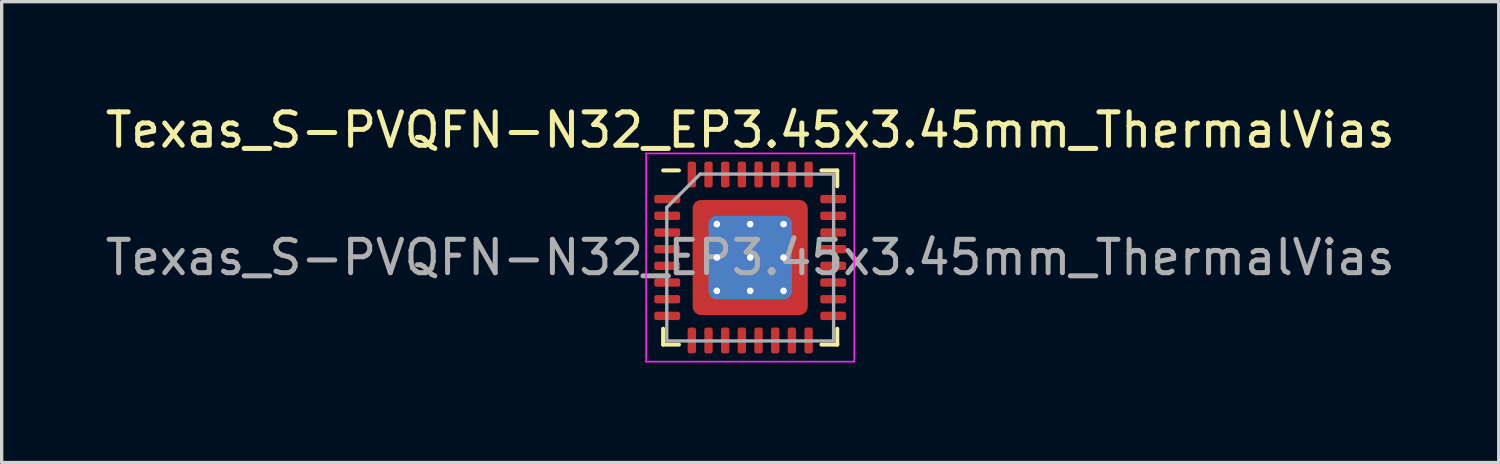
<source format=kicad_pcb>
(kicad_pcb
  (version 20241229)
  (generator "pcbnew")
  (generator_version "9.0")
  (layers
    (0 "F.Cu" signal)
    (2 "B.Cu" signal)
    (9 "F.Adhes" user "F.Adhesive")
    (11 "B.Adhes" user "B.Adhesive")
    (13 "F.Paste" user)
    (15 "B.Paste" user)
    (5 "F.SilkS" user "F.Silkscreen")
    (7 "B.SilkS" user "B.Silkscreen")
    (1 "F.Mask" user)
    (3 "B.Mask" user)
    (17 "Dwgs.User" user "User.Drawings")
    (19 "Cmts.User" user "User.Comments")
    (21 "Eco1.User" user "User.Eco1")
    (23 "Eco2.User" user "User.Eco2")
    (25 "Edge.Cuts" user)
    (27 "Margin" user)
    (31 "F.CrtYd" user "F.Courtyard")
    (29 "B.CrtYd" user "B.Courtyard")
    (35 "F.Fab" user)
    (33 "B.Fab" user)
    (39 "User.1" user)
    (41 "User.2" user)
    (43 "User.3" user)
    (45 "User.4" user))
  (footprint "Texas_S-PVQFN-N32_EP3.45x3.45mm_ThermalVias"
    (layer "F.Cu")
    (at 19.435 4.668)
    (property "Reference" "Texas_S-PVQFN-N32_EP3.45x3.45mm_ThermalVias" (at 0 -3.82 0) (layer "F.SilkS") (effects (font (size 1 1) (thickness 0.15))))
    (attr smd)
    (fp_line (start -2.61 2.61) (end -2.61 2.135) (stroke (width 0.12) (type solid)) (layer "F.SilkS"))
    (fp_line (start -2.135 -2.61) (end -2.61 -2.61) (stroke (width 0.12) (type solid)) (layer "F.SilkS"))
    (fp_line (start -2.135 2.61) (end -2.61 2.61) (stroke (width 0.12) (type solid)) (layer "F.SilkS"))
    (fp_line (start 2.135 -2.61) (end 2.61 -2.61) (stroke (width 0.12) (type solid)) (layer "F.SilkS"))
    (fp_line (start 2.135 2.61) (end 2.61 2.61) (stroke (width 0.12) (type solid)) (layer "F.SilkS"))
    (fp_line (start 2.61 -2.61) (end 2.61 -2.135) (stroke (width 0.12) (type solid)) (layer "F.SilkS"))
    (fp_line (start 2.61 2.61) (end 2.61 2.135) (stroke (width 0.12) (type solid)) (layer "F.SilkS"))
    (fp_line (start -3.12 -3.12) (end -3.12 3.12) (stroke (width 0.05) (type solid)) (layer "F.CrtYd"))
    (fp_line (start -3.12 3.12) (end 3.12 3.12) (stroke (width 0.05) (type solid)) (layer "F.CrtYd"))
    (fp_line (start 3.12 -3.12) (end -3.12 -3.12) (stroke (width 0.05) (type solid)) (layer "F.CrtYd"))
    (fp_line (start 3.12 3.12) (end 3.12 -3.12) (stroke (width 0.05) (type solid)) (layer "F.CrtYd"))
    (fp_line (start -2.5 -1.5) (end -1.5 -2.5) (stroke (width 0.1) (type solid)) (layer "F.Fab"))
    (fp_line (start -2.5 2.5) (end -2.5 -1.5) (stroke (width 0.1) (type solid)) (layer "F.Fab"))
    (fp_line (start -1.5 -2.5) (end 2.5 -2.5) (stroke (width 0.1) (type solid)) (layer "F.Fab"))
    (fp_line (start 2.5 -2.5) (end 2.5 2.5) (stroke (width 0.1) (type solid)) (layer "F.Fab"))
    (fp_line (start 2.5 2.5) (end -2.5 2.5) (stroke (width 0.1) (type solid)) (layer "F.Fab"))
    (fp_text user "${REFERENCE}" (at 0 0 0) (layer "F.Fab") (effects (font (size 1 1) (thickness 0.15))))
    (pad "" smd custom (at -1.363 -1.363) (size 0.484 0.484) (layers "F.Paste") (options (anchor circle)) (primitives (gr_poly (pts (xy -0.292 -0.292) (xy 0.292 -0.292) (xy 0.292 0.15) (xy 0.15 0.292) (xy -0.292 0.292)) (width 0) (fill yes))))
    (pad "" smd custom (at -1.363 -0.5) (size 0.503 0.503) (layers "F.Paste") (options (anchor circle)) (primitives (gr_poly (pts (xy -0.292 -0.403) (xy 0.177 -0.403) (xy 0.292 -0.287) (xy 0.292 0.287) (xy 0.177 0.403) (xy -0.292 0.403)) (width 0) (fill yes))))
    (pad "" smd custom (at -1.363 0.5) (size 0.503 0.503) (layers "F.Paste") (options (anchor circle)) (primitives (gr_poly (pts (xy -0.292 -0.403) (xy 0.177 -0.403) (xy 0.292 -0.287) (xy 0.292 0.287) (xy 0.177 0.403) (xy -0.292 0.403)) (width 0) (fill yes))))
    (pad "" smd custom (at -1.363 1.363) (size 0.484 0.484) (layers "F.Paste") (options (anchor circle)) (primitives (gr_poly (pts (xy -0.292 -0.292) (xy 0.15 -0.292) (xy 0.292 -0.15) (xy 0.292 0.292) (xy -0.292 0.292)) (width 0) (fill yes))))
    (pad "" smd custom (at -0.5 -1.363) (size 0.503 0.503) (layers "F.Paste") (options (anchor circle)) (primitives (gr_poly (pts (xy -0.403 -0.292) (xy 0.403 -0.292) (xy 0.403 0.177) (xy 0.287 0.292) (xy -0.287 0.292) (xy -0.403 0.177)) (width 0) (fill yes))))
    (pad "" smd custom (at -0.5 -0.5) (size 0.743 0.743) (layers "F.Paste") (options (anchor circle)) (primitives (gr_poly (pts (xy -0.403 -0.314) (xy -0.314 -0.403) (xy 0.314 -0.403) (xy 0.403 -0.314) (xy 0.403 0.314) (xy 0.314 0.403) (xy -0.314 0.403) (xy -0.403 0.314)) (width 0) (fill yes))))
    (pad "" smd custom (at -0.5 0.5) (size 0.743 0.743) (layers "F.Paste") (options (anchor circle)) (primitives (gr_poly (pts (xy -0.403 -0.314) (xy -0.314 -0.403) (xy 0.314 -0.403) (xy 0.403 -0.314) (xy 0.403 0.314) (xy 0.314 0.403) (xy -0.314 0.403) (xy -0.403 0.314)) (width 0) (fill yes))))
    (pad "" smd custom (at -0.5 1.363) (size 0.503 0.503) (layers "F.Paste") (options (anchor circle)) (primitives (gr_poly (pts (xy -0.403 -0.177) (xy -0.287 -0.292) (xy 0.287 -0.292) (xy 0.403 -0.177) (xy 0.403 0.292) (xy -0.403 0.292)) (width 0) (fill yes))))
    (pad "" smd custom (at 0.5 -1.363) (size 0.503 0.503) (layers "F.Paste") (options (anchor circle)) (primitives (gr_poly (pts (xy -0.403 -0.292) (xy 0.403 -0.292) (xy 0.403 0.177) (xy 0.287 0.292) (xy -0.287 0.292) (xy -0.403 0.177)) (width 0) (fill yes))))
    (pad "" smd custom (at 0.5 -0.5) (size 0.743 0.743) (layers "F.Paste") (options (anchor circle)) (primitives (gr_poly (pts (xy -0.403 -0.314) (xy -0.314 -0.403) (xy 0.314 -0.403) (xy 0.403 -0.314) (xy 0.403 0.314) (xy 0.314 0.403) (xy -0.314 0.403) (xy -0.403 0.314)) (width 0) (fill yes))))
    (pad "" smd custom (at 0.5 0.5) (size 0.743 0.743) (layers "F.Paste") (options (anchor circle)) (primitives (gr_poly (pts (xy -0.403 -0.314) (xy -0.314 -0.403) (xy 0.314 -0.403) (xy 0.403 -0.314) (xy 0.403 0.314) (xy 0.314 0.403) (xy -0.314 0.403) (xy -0.403 0.314)) (width 0) (fill yes))))
    (pad "" smd custom (at 0.5 1.363) (size 0.503 0.503) (layers "F.Paste") (options (anchor circle)) (primitives (gr_poly (pts (xy -0.403 -0.177) (xy -0.287 -0.292) (xy 0.287 -0.292) (xy 0.403 -0.177) (xy 0.403 0.292) (xy -0.403 0.292)) (width 0) (fill yes))))
    (pad "" smd custom (at 1.363 -1.363) (size 0.484 0.484) (layers "F.Paste") (options (anchor circle)) (primitives (gr_poly (pts (xy -0.292 -0.292) (xy 0.292 -0.292) (xy 0.292 0.292) (xy -0.15 0.292) (xy -0.292 0.15)) (width 0) (fill yes))))
    (pad "" smd custom (at 1.363 -0.5) (size 0.503 0.503) (layers "F.Paste") (options (anchor circle)) (primitives (gr_poly (pts (xy -0.292 -0.287) (xy -0.177 -0.403) (xy 0.292 -0.403) (xy 0.292 0.403) (xy -0.177 0.403) (xy -0.292 0.287)) (width 0) (fill yes))))
    (pad "" smd custom (at 1.363 0.5) (size 0.503 0.503) (layers "F.Paste") (options (anchor circle)) (primitives (gr_poly (pts (xy -0.292 -0.287) (xy -0.177 -0.403) (xy 0.292 -0.403) (xy 0.292 0.403) (xy -0.177 0.403) (xy -0.292 0.287)) (width 0) (fill yes))))
    (pad "" smd custom (at 1.363 1.363) (size 0.484 0.484) (layers "F.Paste") (options (anchor circle)) (primitives (gr_poly (pts (xy -0.292 -0.15) (xy -0.15 -0.292) (xy 0.292 -0.292) (xy 0.292 0.292) (xy -0.292 0.292)) (width 0) (fill yes))))
    (pad "1" smd roundrect (at -2.487 -1.75) (size 0.775 0.25) (layers "F.Cu" "F.Mask" "F.Paste") (roundrect_rratio 0.25))
    (pad "2" smd roundrect (at -2.487 -1.25) (size 0.775 0.25) (layers "F.Cu" "F.Mask" "F.Paste") (roundrect_rratio 0.25))
    (pad "3" smd roundrect (at -2.487 -0.75) (size 0.775 0.25) (layers "F.Cu" "F.Mask" "F.Paste") (roundrect_rratio 0.25))
    (pad "4" smd roundrect (at -2.487 -0.25) (size 0.775 0.25) (layers "F.Cu" "F.Mask" "F.Paste") (roundrect_rratio 0.25))
    (pad "5" smd roundrect (at -2.487 0.25) (size 0.775 0.25) (layers "F.Cu" "F.Mask" "F.Paste") (roundrect_rratio 0.25))
    (pad "6" smd roundrect (at -2.487 0.75) (size 0.775 0.25) (layers "F.Cu" "F.Mask" "F.Paste") (roundrect_rratio 0.25))
    (pad "7" smd roundrect (at -2.487 1.25) (size 0.775 0.25) (layers "F.Cu" "F.Mask" "F.Paste") (roundrect_rratio 0.25))
    (pad "8" smd roundrect (at -2.487 1.75) (size 0.775 0.25) (layers "F.Cu" "F.Mask" "F.Paste") (roundrect_rratio 0.25))
    (pad "9" smd roundrect (at -1.75 2.487) (size 0.25 0.775) (layers "F.Cu" "F.Mask" "F.Paste") (roundrect_rratio 0.25))
    (pad "10" smd roundrect (at -1.25 2.487) (size 0.25 0.775) (layers "F.Cu" "F.Mask" "F.Paste") (roundrect_rratio 0.25))
    (pad "11" smd roundrect (at -0.75 2.487) (size 0.25 0.775) (layers "F.Cu" "F.Mask" "F.Paste") (roundrect_rratio 0.25))
    (pad "12" smd roundrect (at -0.25 2.487) (size 0.25 0.775) (layers "F.Cu" "F.Mask" "F.Paste") (roundrect_rratio 0.25))
    (pad "13" smd roundrect (at 0.25 2.487) (size 0.25 0.775) (layers "F.Cu" "F.Mask" "F.Paste") (roundrect_rratio 0.25))
    (pad "14" smd roundrect (at 0.75 2.487) (size 0.25 0.775) (layers "F.Cu" "F.Mask" "F.Paste") (roundrect_rratio 0.25))
    (pad "15" smd roundrect (at 1.25 2.487) (size 0.25 0.775) (layers "F.Cu" "F.Mask" "F.Paste") (roundrect_rratio 0.25))
    (pad "16" smd roundrect (at 1.75 2.487) (size 0.25 0.775) (layers "F.Cu" "F.Mask" "F.Paste") (roundrect_rratio 0.25))
    (pad "17" smd roundrect (at 2.487 1.75) (size 0.775 0.25) (layers "F.Cu" "F.Mask" "F.Paste") (roundrect_rratio 0.25))
    (pad "18" smd roundrect (at 2.487 1.25) (size 0.775 0.25) (layers "F.Cu" "F.Mask" "F.Paste") (roundrect_rratio 0.25))
    (pad "19" smd roundrect (at 2.487 0.75) (size 0.775 0.25) (layers "F.Cu" "F.Mask" "F.Paste") (roundrect_rratio 0.25))
    (pad "20" smd roundrect (at 2.487 0.25) (size 0.775 0.25) (layers "F.Cu" "F.Mask" "F.Paste") (roundrect_rratio 0.25))
    (pad "21" smd roundrect (at 2.487 -0.25) (size 0.775 0.25) (layers "F.Cu" "F.Mask" "F.Paste") (roundrect_rratio 0.25))
    (pad "22" smd roundrect (at 2.487 -0.75) (size 0.775 0.25) (layers "F.Cu" "F.Mask" "F.Paste") (roundrect_rratio 0.25))
    (pad "23" smd roundrect (at 2.487 -1.25) (size 0.775 0.25) (layers "F.Cu" "F.Mask" "F.Paste") (roundrect_rratio 0.25))
    (pad "24" smd roundrect (at 2.487 -1.75) (size 0.775 0.25) (layers "F.Cu" "F.Mask" "F.Paste") (roundrect_rratio 0.25))
    (pad "25" smd roundrect (at 1.75 -2.487) (size 0.25 0.775) (layers "F.Cu" "F.Mask" "F.Paste") (roundrect_rratio 0.25))
    (pad "26" smd roundrect (at 1.25 -2.487) (size 0.25 0.775) (layers "F.Cu" "F.Mask" "F.Paste") (roundrect_rratio 0.25))
    (pad "27" smd roundrect (at 0.75 -2.487) (size 0.25 0.775) (layers "F.Cu" "F.Mask" "F.Paste") (roundrect_rratio 0.25))
    (pad "28" smd roundrect (at 0.25 -2.487) (size 0.25 0.775) (layers "F.Cu" "F.Mask" "F.Paste") (roundrect_rratio 0.25))
    (pad "29" smd roundrect (at -0.25 -2.487) (size 0.25 0.775) (layers "F.Cu" "F.Mask" "F.Paste") (roundrect_rratio 0.25))
    (pad "30" smd roundrect (at -0.75 -2.487) (size 0.25 0.775) (layers "F.Cu" "F.Mask" "F.Paste") (roundrect_rratio 0.25))
    (pad "31" smd roundrect (at -1.25 -2.487) (size 0.25 0.775) (layers "F.Cu" "F.Mask" "F.Paste") (roundrect_rratio 0.25))
    (pad "32" smd roundrect (at -1.75 -2.487) (size 0.25 0.775) (layers "F.Cu" "F.Mask" "F.Paste") (roundrect_rratio 0.25))
    (pad "33" thru_hole circle (at -1 -1) (size 0.5 0.5) (drill 0.2) (layers "*.Cu"))
    (pad "33" thru_hole circle (at -1 0) (size 0.5 0.5) (drill 0.2) (layers "*.Cu"))
    (pad "33" thru_hole circle (at -1 1) (size 0.5 0.5) (drill 0.2) (layers "*.Cu"))
    (pad "33" thru_hole circle (at 0 -1) (size 0.5 0.5) (drill 0.2) (layers "*.Cu"))
    (pad "33" thru_hole circle (at 0 0) (size 0.5 0.5) (drill 0.2) (layers "*.Cu"))
    (pad "33" smd roundrect (at 0 0) (size 2.5 2.5) (layers "B.Cu") (roundrect_rratio 0.1))
    (pad "33" smd roundrect (at 0 0) (size 3.45 3.45) (layers "F.Cu" "F.Mask") (roundrect_rratio 0.072))
    (pad "33" thru_hole circle (at 0 1) (size 0.5 0.5) (drill 0.2) (layers "*.Cu"))
    (pad "33" thru_hole circle (at 1 -1) (size 0.5 0.5) (drill 0.2) (layers "*.Cu"))
    (pad "33" thru_hole circle (at 1 0) (size 0.5 0.5) (drill 0.2) (layers "*.Cu"))
    (pad "33" thru_hole circle (at 1 1) (size 0.5 0.5) (drill 0.2) (layers "*.Cu")))
  (gr_rect
    (start -3 -3)
    (end 41.869 10.813)
    (stroke (width 0.1) (type default))
    (fill no)
    (layer "Edge.Cuts")))
</source>
